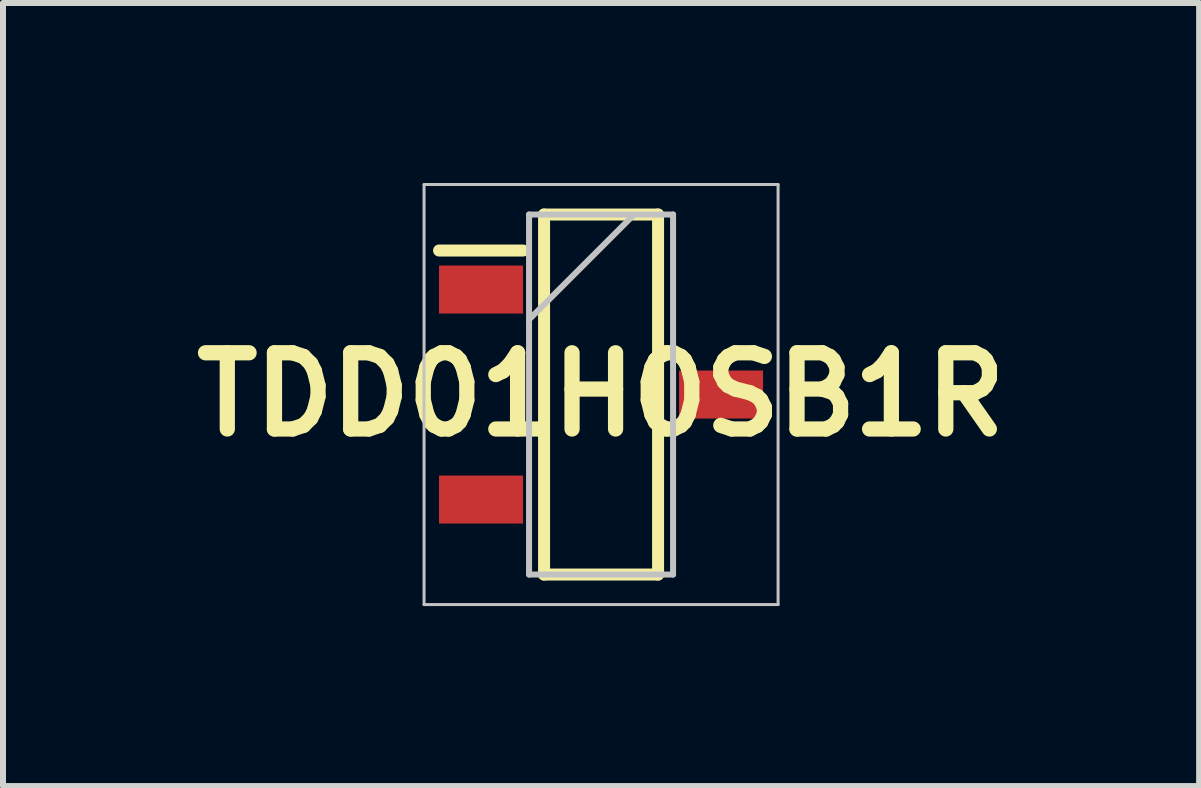
<source format=kicad_pcb>
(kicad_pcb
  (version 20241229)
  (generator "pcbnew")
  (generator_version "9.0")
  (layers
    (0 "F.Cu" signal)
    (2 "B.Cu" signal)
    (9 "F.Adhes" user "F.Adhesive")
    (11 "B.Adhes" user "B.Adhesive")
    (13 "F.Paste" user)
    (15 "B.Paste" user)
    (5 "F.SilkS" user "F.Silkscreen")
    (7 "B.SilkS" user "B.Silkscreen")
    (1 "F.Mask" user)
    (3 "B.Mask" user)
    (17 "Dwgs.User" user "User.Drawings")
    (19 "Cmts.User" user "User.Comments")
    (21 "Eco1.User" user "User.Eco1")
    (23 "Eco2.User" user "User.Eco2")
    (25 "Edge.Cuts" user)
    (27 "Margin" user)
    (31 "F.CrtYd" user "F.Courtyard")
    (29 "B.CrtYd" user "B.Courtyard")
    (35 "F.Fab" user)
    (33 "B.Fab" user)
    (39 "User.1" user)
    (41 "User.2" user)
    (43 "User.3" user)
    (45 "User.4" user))
  (footprint "TDD01H0SB1R"
    (layer "F.Cu")
    (at 6.967 3.525)
    (property "Reference" "TDD01H0SB1R" (at 0 0 0) (layer "F.SilkS") (effects (font (size 1.27 1.27) (thickness 0.254))))
    (attr smd)
    (fp_line (start -2.7 -2.4) (end -1.3 -2.4) (stroke (width 0.2) (type solid)) (layer "F.SilkS"))
    (fp_line (start -0.95 -3) (end 0.95 -3) (stroke (width 0.2) (type solid)) (layer "F.SilkS"))
    (fp_line (start -0.95 3) (end -0.95 -3) (stroke (width 0.2) (type solid)) (layer "F.SilkS"))
    (fp_line (start 0.95 -3) (end 0.95 3) (stroke (width 0.2) (type solid)) (layer "F.SilkS"))
    (fp_line (start 0.95 3) (end -0.95 3) (stroke (width 0.2) (type solid)) (layer "F.SilkS"))
    (fp_line (start -2.95 -3.5) (end 2.95 -3.5) (stroke (width 0.05) (type solid)) (layer "Dwgs.User"))
    (fp_line (start -2.95 3.5) (end -2.95 -3.5) (stroke (width 0.05) (type solid)) (layer "Dwgs.User"))
    (fp_line (start -1.2 -3) (end 1.2 -3) (stroke (width 0.1) (type solid)) (layer "Dwgs.User"))
    (fp_line (start -1.2 -1.25) (end 0.55 -3) (stroke (width 0.1) (type solid)) (layer "Dwgs.User"))
    (fp_line (start -1.2 3) (end -1.2 -3) (stroke (width 0.1) (type solid)) (layer "Dwgs.User"))
    (fp_line (start 1.2 -3) (end 1.2 3) (stroke (width 0.1) (type solid)) (layer "Dwgs.User"))
    (fp_line (start 1.2 3) (end -1.2 3) (stroke (width 0.1) (type solid)) (layer "Dwgs.User"))
    (fp_line (start 2.95 -3.5) (end 2.95 3.5) (stroke (width 0.05) (type solid)) (layer "Dwgs.User"))
    (fp_line (start 2.95 3.5) (end -2.95 3.5) (stroke (width 0.05) (type solid)) (layer "Dwgs.User"))
    (pad "1" smd rect (at -2 -1.75 90) (size 0.8 1.4) (layers "F.Cu" "F.Mask" "F.Paste"))
    (pad "2" smd rect (at -2 1.75 90) (size 0.8 1.4) (layers "F.Cu" "F.Mask" "F.Paste"))
    (pad "3" smd rect (at 2 0 90) (size 0.8 1.4) (layers "F.Cu" "F.Mask" "F.Paste")))
  (gr_rect
    (start -3 -3)
    (end 16.934 10.05)
    (stroke (width 0.1) (type default))
    (fill no)
    (layer "Edge.Cuts")))
</source>
